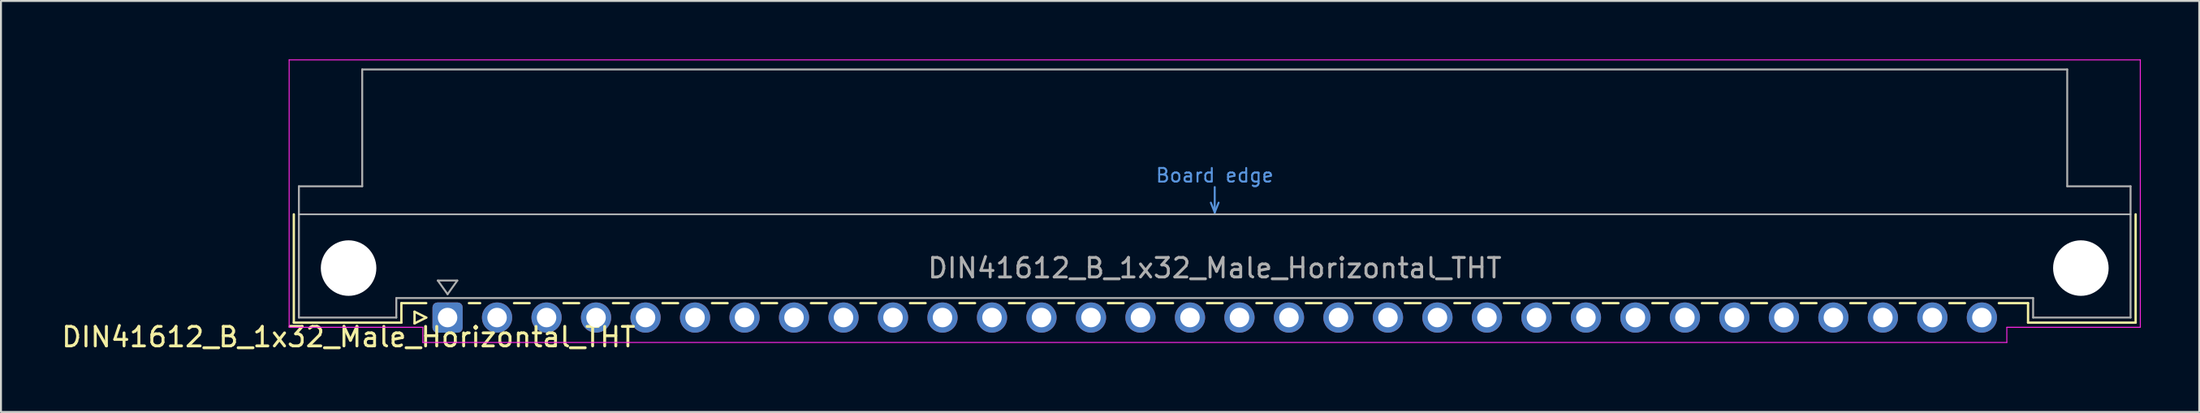
<source format=kicad_pcb>
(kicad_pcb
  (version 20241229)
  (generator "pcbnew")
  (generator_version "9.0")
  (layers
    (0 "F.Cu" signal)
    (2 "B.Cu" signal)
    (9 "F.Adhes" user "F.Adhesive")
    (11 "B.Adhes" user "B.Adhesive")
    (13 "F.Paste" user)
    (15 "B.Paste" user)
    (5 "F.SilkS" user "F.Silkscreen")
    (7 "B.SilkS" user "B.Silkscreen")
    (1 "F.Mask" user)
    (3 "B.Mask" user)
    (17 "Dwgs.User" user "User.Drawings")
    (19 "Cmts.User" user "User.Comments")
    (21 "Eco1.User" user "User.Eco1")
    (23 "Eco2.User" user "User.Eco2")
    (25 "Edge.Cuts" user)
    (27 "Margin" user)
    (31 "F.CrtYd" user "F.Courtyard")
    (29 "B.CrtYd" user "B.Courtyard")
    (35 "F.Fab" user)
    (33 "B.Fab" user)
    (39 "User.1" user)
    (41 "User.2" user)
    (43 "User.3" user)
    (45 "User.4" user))
  (footprint "DIN41612_B_1x32_Male_Horizontal_THT"
    (layer "F.Cu")
    (at 19.919 13.255)
    (property "Reference" "DIN41612_B_1x32_Male_Horizontal_THT" (at -5.08 1 0) (layer "F.SilkS") (effects (font (size 1 1) (thickness 0.15))))
    (attr through_hole)
    (fp_line (start -7.89 -5.3) (end -7.89 0.26) (stroke (width 0.12) (type solid)) (layer "F.SilkS"))
    (fp_line (start -7.89 0.26) (end -2.37 0.26) (stroke (width 0.12) (type solid)) (layer "F.SilkS"))
    (fp_line (start -2.371 -0.74) (end -1.095 -0.74) (stroke (width 0.12) (type solid)) (layer "F.SilkS"))
    (fp_line (start -2.37 0.26) (end -2.37 -0.74) (stroke (width 0.12) (type solid)) (layer "F.SilkS"))
    (fp_line (start -1.695 -0.3) (end -1.695 0.3) (stroke (width 0.12) (type solid)) (layer "F.SilkS"))
    (fp_line (start -1.695 0.3) (end -1.095 0) (stroke (width 0.12) (type solid)) (layer "F.SilkS"))
    (fp_line (start -1.095 0) (end -1.695 -0.3) (stroke (width 0.12) (type solid)) (layer "F.SilkS"))
    (fp_line (start 1.095 -0.74) (end 1.671 -0.74) (stroke (width 0.12) (type solid)) (layer "F.SilkS"))
    (fp_line (start 3.41 -0.74) (end 4.211 -0.74) (stroke (width 0.12) (type solid)) (layer "F.SilkS"))
    (fp_line (start 5.95 -0.74) (end 6.751 -0.74) (stroke (width 0.12) (type solid)) (layer "F.SilkS"))
    (fp_line (start 8.49 -0.74) (end 9.291 -0.74) (stroke (width 0.12) (type solid)) (layer "F.SilkS"))
    (fp_line (start 11.03 -0.74) (end 11.831 -0.74) (stroke (width 0.12) (type solid)) (layer "F.SilkS"))
    (fp_line (start 13.57 -0.74) (end 14.371 -0.74) (stroke (width 0.12) (type solid)) (layer "F.SilkS"))
    (fp_line (start 16.11 -0.74) (end 16.911 -0.74) (stroke (width 0.12) (type solid)) (layer "F.SilkS"))
    (fp_line (start 18.65 -0.74) (end 19.451 -0.74) (stroke (width 0.12) (type solid)) (layer "F.SilkS"))
    (fp_line (start 21.19 -0.74) (end 21.991 -0.74) (stroke (width 0.12) (type solid)) (layer "F.SilkS"))
    (fp_line (start 23.73 -0.74) (end 24.531 -0.74) (stroke (width 0.12) (type solid)) (layer "F.SilkS"))
    (fp_line (start 26.27 -0.74) (end 27.071 -0.74) (stroke (width 0.12) (type solid)) (layer "F.SilkS"))
    (fp_line (start 28.81 -0.74) (end 29.611 -0.74) (stroke (width 0.12) (type solid)) (layer "F.SilkS"))
    (fp_line (start 31.35 -0.74) (end 32.151 -0.74) (stroke (width 0.12) (type solid)) (layer "F.SilkS"))
    (fp_line (start 33.89 -0.74) (end 34.691 -0.74) (stroke (width 0.12) (type solid)) (layer "F.SilkS"))
    (fp_line (start 36.43 -0.74) (end 37.231 -0.74) (stroke (width 0.12) (type solid)) (layer "F.SilkS"))
    (fp_line (start 38.97 -0.74) (end 39.771 -0.74) (stroke (width 0.12) (type solid)) (layer "F.SilkS"))
    (fp_line (start 41.51 -0.74) (end 42.311 -0.74) (stroke (width 0.12) (type solid)) (layer "F.SilkS"))
    (fp_line (start 44.05 -0.74) (end 44.851 -0.74) (stroke (width 0.12) (type solid)) (layer "F.SilkS"))
    (fp_line (start 46.59 -0.74) (end 47.391 -0.74) (stroke (width 0.12) (type solid)) (layer "F.SilkS"))
    (fp_line (start 49.13 -0.74) (end 49.931 -0.74) (stroke (width 0.12) (type solid)) (layer "F.SilkS"))
    (fp_line (start 51.67 -0.74) (end 52.471 -0.74) (stroke (width 0.12) (type solid)) (layer "F.SilkS"))
    (fp_line (start 54.21 -0.74) (end 55.011 -0.74) (stroke (width 0.12) (type solid)) (layer "F.SilkS"))
    (fp_line (start 56.75 -0.74) (end 57.551 -0.74) (stroke (width 0.12) (type solid)) (layer "F.SilkS"))
    (fp_line (start 59.29 -0.74) (end 60.091 -0.74) (stroke (width 0.12) (type solid)) (layer "F.SilkS"))
    (fp_line (start 61.83 -0.74) (end 62.631 -0.74) (stroke (width 0.12) (type solid)) (layer "F.SilkS"))
    (fp_line (start 64.37 -0.74) (end 65.171 -0.74) (stroke (width 0.12) (type solid)) (layer "F.SilkS"))
    (fp_line (start 66.91 -0.74) (end 67.711 -0.74) (stroke (width 0.12) (type solid)) (layer "F.SilkS"))
    (fp_line (start 69.45 -0.74) (end 70.251 -0.74) (stroke (width 0.12) (type solid)) (layer "F.SilkS"))
    (fp_line (start 71.99 -0.74) (end 72.791 -0.74) (stroke (width 0.12) (type solid)) (layer "F.SilkS"))
    (fp_line (start 74.53 -0.74) (end 75.331 -0.74) (stroke (width 0.12) (type solid)) (layer "F.SilkS"))
    (fp_line (start 77.07 -0.74) (end 77.871 -0.74) (stroke (width 0.12) (type solid)) (layer "F.SilkS"))
    (fp_line (start 79.61 -0.74) (end 81.11 -0.74) (stroke (width 0.12) (type solid)) (layer "F.SilkS"))
    (fp_line (start 81.11 0.26) (end 81.11 -0.74) (stroke (width 0.12) (type solid)) (layer "F.SilkS"))
    (fp_line (start 86.63 -5.3) (end 86.63 0.26) (stroke (width 0.12) (type solid)) (layer "F.SilkS"))
    (fp_line (start 86.63 0.26) (end 81.11 0.26) (stroke (width 0.12) (type solid)) (layer "F.SilkS"))
    (fp_line (start -7.63 -5.3) (end 86.37 -5.3) (stroke (width 0.08) (type solid)) (layer "Dwgs.User"))
    (fp_line (start 39.17 -5.9) (end 39.37 -5.4) (stroke (width 0.1) (type solid)) (layer "Cmts.User"))
    (fp_line (start 39.37 -5.4) (end 39.37 -6.7) (stroke (width 0.1) (type solid)) (layer "Cmts.User"))
    (fp_line (start 39.37 -5.4) (end 39.57 -5.9) (stroke (width 0.1) (type solid)) (layer "Cmts.User"))
    (fp_line (start -8.13 -13.23) (end -8.13 0.5) (stroke (width 0.05) (type solid)) (layer "F.CrtYd"))
    (fp_line (start -8.13 0.5) (end -1.27 0.5) (stroke (width 0.05) (type solid)) (layer "F.CrtYd"))
    (fp_line (start -1.27 0.5) (end -1.27 1.28) (stroke (width 0.05) (type solid)) (layer "F.CrtYd"))
    (fp_line (start -1.27 1.28) (end 80.02 1.28) (stroke (width 0.05) (type solid)) (layer "F.CrtYd"))
    (fp_line (start 80.02 0.5) (end 86.87 0.5) (stroke (width 0.05) (type solid)) (layer "F.CrtYd"))
    (fp_line (start 80.02 1.28) (end 80.02 0.5) (stroke (width 0.05) (type solid)) (layer "F.CrtYd"))
    (fp_line (start 86.87 -13.23) (end -8.13 -13.23) (stroke (width 0.05) (type solid)) (layer "F.CrtYd"))
    (fp_line (start 86.87 0.5) (end 86.87 -13.23) (stroke (width 0.05) (type solid)) (layer "F.CrtYd"))
    (fp_line (start -7.63 -6.74) (end -7.63 0) (stroke (width 0.1) (type solid)) (layer "F.Fab"))
    (fp_line (start -7.63 0) (end -2.63 0) (stroke (width 0.1) (type solid)) (layer "F.Fab"))
    (fp_line (start -4.38 -12.74) (end -4.38 -6.74) (stroke (width 0.1) (type solid)) (layer "F.Fab"))
    (fp_line (start -4.38 -6.74) (end -7.63 -6.74) (stroke (width 0.1) (type solid)) (layer "F.Fab"))
    (fp_line (start -2.63 -1) (end 81.37 -1) (stroke (width 0.1) (type solid)) (layer "F.Fab"))
    (fp_line (start -2.63 0) (end -2.63 -1) (stroke (width 0.1) (type solid)) (layer "F.Fab"))
    (fp_line (start -0.5 -1.9) (end 0.5 -1.9) (stroke (width 0.1) (type solid)) (layer "F.Fab"))
    (fp_line (start 0 -1.2) (end -0.5 -1.9) (stroke (width 0.1) (type solid)) (layer "F.Fab"))
    (fp_line (start 0.5 -1.9) (end 0 -1.2) (stroke (width 0.1) (type solid)) (layer "F.Fab"))
    (fp_line (start 81.37 -1) (end 81.37 0) (stroke (width 0.1) (type solid)) (layer "F.Fab"))
    (fp_line (start 81.37 0) (end 86.37 0) (stroke (width 0.1) (type solid)) (layer "F.Fab"))
    (fp_line (start 83.12 -12.74) (end -4.38 -12.74) (stroke (width 0.1) (type solid)) (layer "F.Fab"))
    (fp_line (start 83.12 -6.74) (end 83.12 -12.74) (stroke (width 0.1) (type solid)) (layer "F.Fab"))
    (fp_line (start 86.37 -6.74) (end 83.12 -6.74) (stroke (width 0.1) (type solid)) (layer "F.Fab"))
    (fp_line (start 86.37 0) (end 86.37 -6.74) (stroke (width 0.1) (type solid)) (layer "F.Fab"))
    (fp_text user "Board edge" (at 39.37 -7.3 0) (layer "Cmts.User") (effects (font (size 0.7 0.7) (thickness 0.1))))
    (fp_text user "${REFERENCE}" (at 39.37 -2.54 0) (layer "F.Fab") (effects (font (size 1 1) (thickness 0.15))))
    (pad "" np_thru_hole circle (at -5.08 -2.54) (size 2.85 2.85) (drill 2.85) (layers "*.Cu" "*.Mask"))
    (pad "" np_thru_hole circle (at 83.82 -2.54) (size 2.85 2.85) (drill 2.85) (layers "*.Cu" "*.Mask"))
    (pad "a1" thru_hole roundrect (at 0 0) (size 1.55 1.55) (drill 1) (layers "*.Cu" "*.Mask") (roundrect_rratio 0.161))
    (pad "a2" thru_hole circle (at 2.54 0) (size 1.55 1.55) (drill 1) (layers "*.Cu" "*.Mask"))
    (pad "a3" thru_hole circle (at 5.08 0) (size 1.55 1.55) (drill 1) (layers "*.Cu" "*.Mask"))
    (pad "a4" thru_hole circle (at 7.62 0) (size 1.55 1.55) (drill 1) (layers "*.Cu" "*.Mask"))
    (pad "a5" thru_hole circle (at 10.16 0) (size 1.55 1.55) (drill 1) (layers "*.Cu" "*.Mask"))
    (pad "a6" thru_hole circle (at 12.7 0) (size 1.55 1.55) (drill 1) (layers "*.Cu" "*.Mask"))
    (pad "a7" thru_hole circle (at 15.24 0) (size 1.55 1.55) (drill 1) (layers "*.Cu" "*.Mask"))
    (pad "a8" thru_hole circle (at 17.78 0) (size 1.55 1.55) (drill 1) (layers "*.Cu" "*.Mask"))
    (pad "a9" thru_hole circle (at 20.32 0) (size 1.55 1.55) (drill 1) (layers "*.Cu" "*.Mask"))
    (pad "a10" thru_hole circle (at 22.86 0) (size 1.55 1.55) (drill 1) (layers "*.Cu" "*.Mask"))
    (pad "a11" thru_hole circle (at 25.4 0) (size 1.55 1.55) (drill 1) (layers "*.Cu" "*.Mask"))
    (pad "a12" thru_hole circle (at 27.94 0) (size 1.55 1.55) (drill 1) (layers "*.Cu" "*.Mask"))
    (pad "a13" thru_hole circle (at 30.48 0) (size 1.55 1.55) (drill 1) (layers "*.Cu" "*.Mask"))
    (pad "a14" thru_hole circle (at 33.02 0) (size 1.55 1.55) (drill 1) (layers "*.Cu" "*.Mask"))
    (pad "a15" thru_hole circle (at 35.56 0) (size 1.55 1.55) (drill 1) (layers "*.Cu" "*.Mask"))
    (pad "a16" thru_hole circle (at 38.1 0) (size 1.55 1.55) (drill 1) (layers "*.Cu" "*.Mask"))
    (pad "a17" thru_hole circle (at 40.64 0) (size 1.55 1.55) (drill 1) (layers "*.Cu" "*.Mask"))
    (pad "a18" thru_hole circle (at 43.18 0) (size 1.55 1.55) (drill 1) (layers "*.Cu" "*.Mask"))
    (pad "a19" thru_hole circle (at 45.72 0) (size 1.55 1.55) (drill 1) (layers "*.Cu" "*.Mask"))
    (pad "a20" thru_hole circle (at 48.26 0) (size 1.55 1.55) (drill 1) (layers "*.Cu" "*.Mask"))
    (pad "a21" thru_hole circle (at 50.8 0) (size 1.55 1.55) (drill 1) (layers "*.Cu" "*.Mask"))
    (pad "a22" thru_hole circle (at 53.34 0) (size 1.55 1.55) (drill 1) (layers "*.Cu" "*.Mask"))
    (pad "a23" thru_hole circle (at 55.88 0) (size 1.55 1.55) (drill 1) (layers "*.Cu" "*.Mask"))
    (pad "a24" thru_hole circle (at 58.42 0) (size 1.55 1.55) (drill 1) (layers "*.Cu" "*.Mask"))
    (pad "a25" thru_hole circle (at 60.96 0) (size 1.55 1.55) (drill 1) (layers "*.Cu" "*.Mask"))
    (pad "a26" thru_hole circle (at 63.5 0) (size 1.55 1.55) (drill 1) (layers "*.Cu" "*.Mask"))
    (pad "a27" thru_hole circle (at 66.04 0) (size 1.55 1.55) (drill 1) (layers "*.Cu" "*.Mask"))
    (pad "a28" thru_hole circle (at 68.58 0) (size 1.55 1.55) (drill 1) (layers "*.Cu" "*.Mask"))
    (pad "a29" thru_hole circle (at 71.12 0) (size 1.55 1.55) (drill 1) (layers "*.Cu" "*.Mask"))
    (pad "a30" thru_hole circle (at 73.66 0) (size 1.55 1.55) (drill 1) (layers "*.Cu" "*.Mask"))
    (pad "a31" thru_hole circle (at 76.2 0) (size 1.55 1.55) (drill 1) (layers "*.Cu" "*.Mask"))
    (pad "a32" thru_hole circle (at 78.74 0) (size 1.55 1.55) (drill 1) (layers "*.Cu" "*.Mask")))
  (gr_rect
    (start -3 -3)
    (end 109.814 18.103)
    (stroke (width 0.1) (type default))
    (fill no)
    (layer "Edge.Cuts")))
</source>
